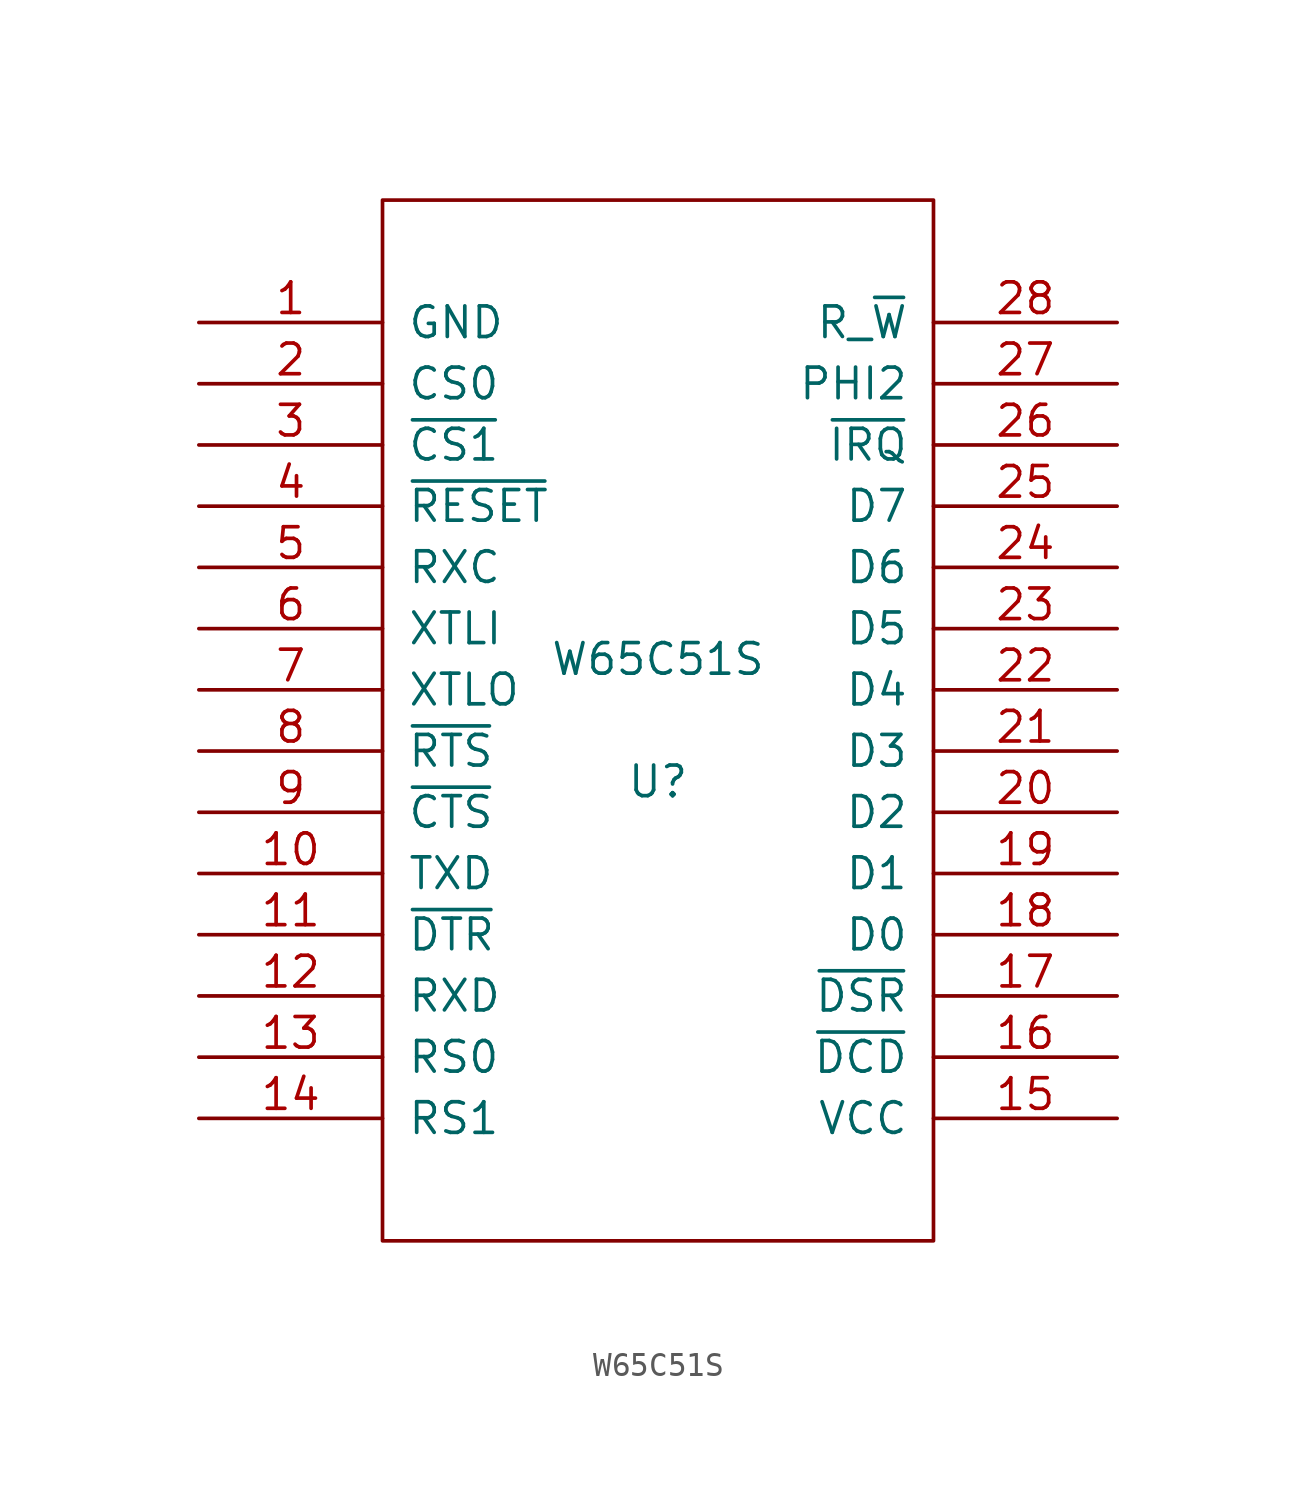
<source format=kicad_sym>
(kicad_symbol_lib
  (version 20231120)
  (generator "kicad_symbol_editor")
  (generator_version "8.0")
  (symbol "W65C51S"
    (pin_names
      (offset 1.016))
    (property "Reference" "U"
      (at 0 -2.54 0)
      (effects (font (size 1.27 1.27))))
    (property "Value" "W65C51S"
      (at 0 2.54 0)
      (effects (font (size 1.27 1.27))))
    (symbol "W65C51S_1_0"
      (rectangle (start -11.43 -21.59) (end 11.43 21.59) (stroke (width 0) (type solid)) (fill (type none))))
    (symbol "W65C51S_1_1"
      (pin power_in line (at -19.05 16.51 0) (length 7.62) (name "GND" (effects (font (size 1.27 1.27)))) (number "1" (effects (font (size 1.27 1.27)))))
      (pin output line (at -19.05 -6.35 0) (length 7.62) (name "TXD" (effects (font (size 1.27 1.27)))) (number "10" (effects (font (size 1.27 1.27)))))
      (pin output line (at -19.05 -8.89 0) (length 7.62) (name "~{DTR}" (effects (font (size 1.27 1.27)))) (number "11" (effects (font (size 1.27 1.27)))))
      (pin input line (at -19.05 -11.43 0) (length 7.62) (name "RXD" (effects (font (size 1.27 1.27)))) (number "12" (effects (font (size 1.27 1.27)))))
      (pin input line (at -19.05 -13.97 0) (length 7.62) (name "RS0" (effects (font (size 1.27 1.27)))) (number "13" (effects (font (size 1.27 1.27)))))
      (pin input line (at -19.05 -16.51 0) (length 7.62) (name "RS1" (effects (font (size 1.27 1.27)))) (number "14" (effects (font (size 1.27 1.27)))))
      (pin power_in line (at 19.05 -16.51 180) (length 7.62) (name "VCC" (effects (font (size 1.27 1.27)))) (number "15" (effects (font (size 1.27 1.27)))))
      (pin input line (at 19.05 -13.97 180) (length 7.62) (name "~{DCD}" (effects (font (size 1.27 1.27)))) (number "16" (effects (font (size 1.27 1.27)))))
      (pin input line (at 19.05 -11.43 180) (length 7.62) (name "~{DSR}" (effects (font (size 1.27 1.27)))) (number "17" (effects (font (size 1.27 1.27)))))
      (pin tri_state line (at 19.05 -8.89 180) (length 7.62) (name "D0" (effects (font (size 1.27 1.27)))) (number "18" (effects (font (size 1.27 1.27)))))
      (pin tri_state line (at 19.05 -6.35 180) (length 7.62) (name "D1" (effects (font (size 1.27 1.27)))) (number "19" (effects (font (size 1.27 1.27)))))
      (pin input line (at -19.05 13.97 0) (length 7.62) (name "CS0" (effects (font (size 1.27 1.27)))) (number "2" (effects (font (size 1.27 1.27)))))
      (pin tri_state line (at 19.05 -3.81 180) (length 7.62) (name "D2" (effects (font (size 1.27 1.27)))) (number "20" (effects (font (size 1.27 1.27)))))
      (pin tri_state line (at 19.05 -1.27 180) (length 7.62) (name "D3" (effects (font (size 1.27 1.27)))) (number "21" (effects (font (size 1.27 1.27)))))
      (pin tri_state line (at 19.05 1.27 180) (length 7.62) (name "D4" (effects (font (size 1.27 1.27)))) (number "22" (effects (font (size 1.27 1.27)))))
      (pin tri_state line (at 19.05 3.81 180) (length 7.62) (name "D5" (effects (font (size 1.27 1.27)))) (number "23" (effects (font (size 1.27 1.27)))))
      (pin tri_state line (at 19.05 6.35 180) (length 7.62) (name "D6" (effects (font (size 1.27 1.27)))) (number "24" (effects (font (size 1.27 1.27)))))
      (pin tri_state line (at 19.05 8.89 180) (length 7.62) (name "D7" (effects (font (size 1.27 1.27)))) (number "25" (effects (font (size 1.27 1.27)))))
      (pin open_collector line (at 19.05 11.43 180) (length 7.62) (name "~{IRQ}" (effects (font (size 1.27 1.27)))) (number "26" (effects (font (size 1.27 1.27)))))
      (pin input line (at 19.05 13.97 180) (length 7.62) (name "PHI2" (effects (font (size 1.27 1.27)))) (number "27" (effects (font (size 1.27 1.27)))))
      (pin input line (at 19.05 16.51 180) (length 7.62) (name "R_~{W}" (effects (font (size 1.27 1.27)))) (number "28" (effects (font (size 1.27 1.27)))))
      (pin input line (at -19.05 11.43 0) (length 7.62) (name "~{CS1}" (effects (font (size 1.27 1.27)))) (number "3" (effects (font (size 1.27 1.27)))))
      (pin input line (at -19.05 8.89 0) (length 7.62) (name "~{RESET}" (effects (font (size 1.27 1.27)))) (number "4" (effects (font (size 1.27 1.27)))))
      (pin bidirectional line (at -19.05 6.35 0) (length 7.62) (name "RXC" (effects (font (size 1.27 1.27)))) (number "5" (effects (font (size 1.27 1.27)))))
      (pin passive line (at -19.05 3.81 0) (length 7.62) (name "XTLI" (effects (font (size 1.27 1.27)))) (number "6" (effects (font (size 1.27 1.27)))))
      (pin passive line (at -19.05 1.27 0) (length 7.62) (name "XTLO" (effects (font (size 1.27 1.27)))) (number "7" (effects (font (size 1.27 1.27)))))
      (pin output line (at -19.05 -1.27 0) (length 7.62) (name "~{RTS}" (effects (font (size 1.27 1.27)))) (number "8" (effects (font (size 1.27 1.27)))))
      (pin input line (at -19.05 -3.81 0) (length 7.62) (name "~{CTS}" (effects (font (size 1.27 1.27)))) (number "9" (effects (font (size 1.27 1.27))))))))
</source>
